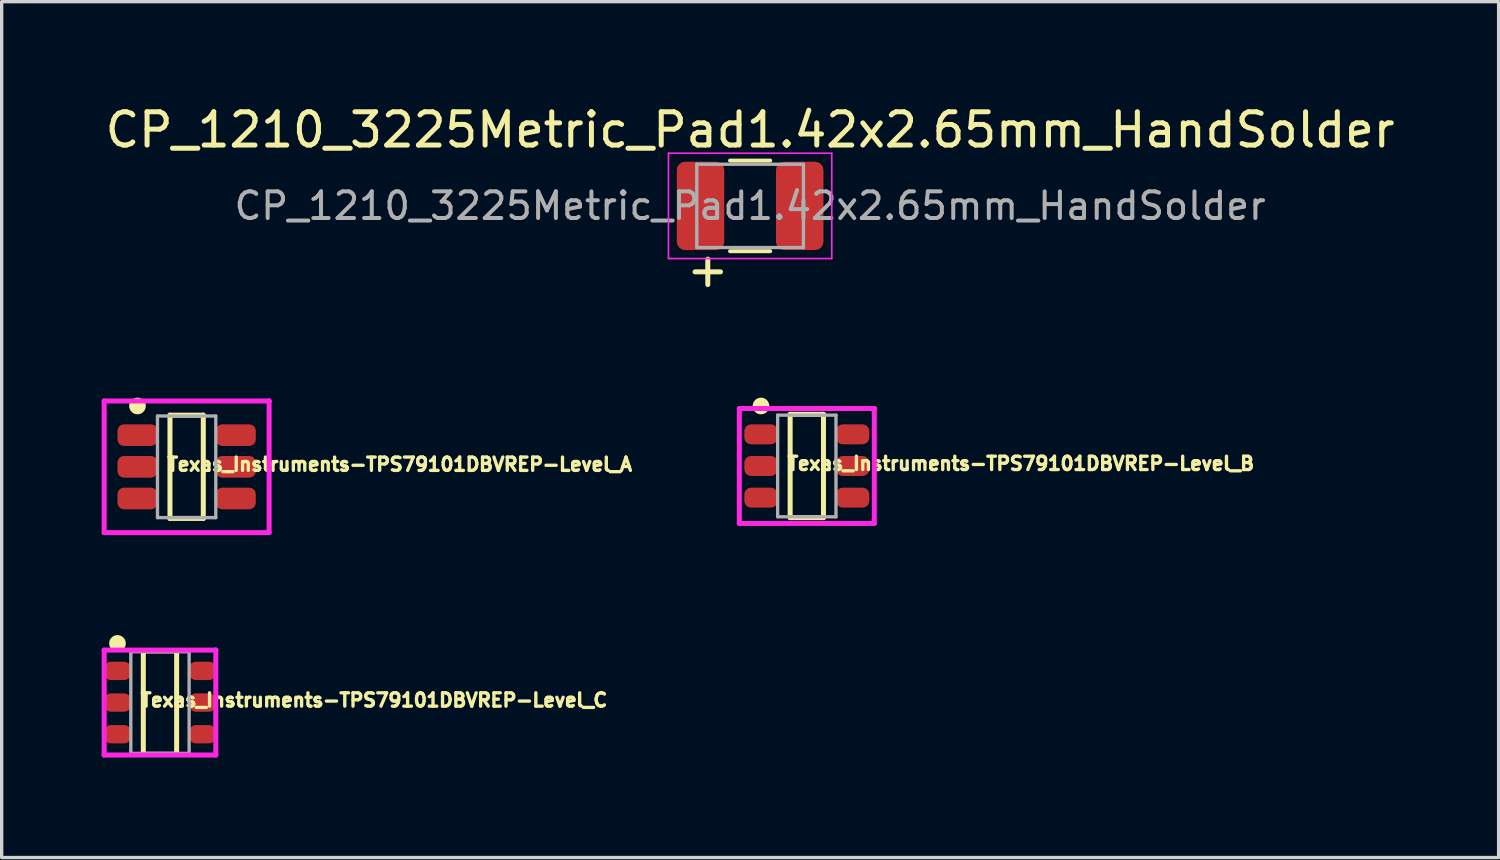
<source format=kicad_pcb>
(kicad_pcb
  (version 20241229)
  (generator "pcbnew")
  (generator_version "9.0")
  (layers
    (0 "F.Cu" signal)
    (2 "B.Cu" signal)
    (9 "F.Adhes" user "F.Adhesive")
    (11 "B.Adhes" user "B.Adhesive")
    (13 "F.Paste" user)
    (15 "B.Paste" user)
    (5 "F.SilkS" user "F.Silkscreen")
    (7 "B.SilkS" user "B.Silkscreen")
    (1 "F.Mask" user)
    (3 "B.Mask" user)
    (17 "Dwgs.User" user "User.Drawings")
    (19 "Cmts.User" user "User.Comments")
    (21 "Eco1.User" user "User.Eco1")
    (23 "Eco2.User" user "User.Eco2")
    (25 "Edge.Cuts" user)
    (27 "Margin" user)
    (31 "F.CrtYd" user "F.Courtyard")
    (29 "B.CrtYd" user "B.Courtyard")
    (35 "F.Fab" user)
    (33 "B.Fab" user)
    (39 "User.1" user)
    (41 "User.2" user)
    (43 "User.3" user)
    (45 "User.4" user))
  (footprint "Texas_Instruments-TPS79101DBVREP-Level_A"
    (layer "F.Cu")
    (at 2.55 10.957)
    (property "Reference" "Texas_Instruments-TPS79101DBVREP-Level_A" (at -0.635 -0.073 0) (layer "F.SilkS") (effects (font (size 0.4 0.4) (thickness 0.15)) (justify left)))
    (attr through_hole)
    (fp_line (start -0.5 -1.55) (end 0.5 -1.55) (stroke (width 0.15) (type solid)) (layer "F.SilkS"))
    (fp_line (start -0.5 1.55) (end -0.5 -1.55) (stroke (width 0.15) (type solid)) (layer "F.SilkS"))
    (fp_line (start -0.5 1.55) (end 0.5 1.55) (stroke (width 0.15) (type solid)) (layer "F.SilkS"))
    (fp_line (start 0.5 1.55) (end 0.5 -1.55) (stroke (width 0.15) (type solid)) (layer "F.SilkS"))
    (fp_circle (center -1.475 -1.825) (end -1.35 -1.825) (stroke (width 0.25) (type solid)) (fill no) (layer "F.SilkS"))
    (fp_line (start -2.475 -1.975) (end -2.475 1.975) (stroke (width 0.15) (type solid)) (layer "F.CrtYd"))
    (fp_line (start -2.475 1.975) (end 2.475 1.975) (stroke (width 0.15) (type solid)) (layer "F.CrtYd"))
    (fp_line (start 2.475 -1.975) (end -2.475 -1.975) (stroke (width 0.15) (type solid)) (layer "F.CrtYd"))
    (fp_line (start 2.475 -1.975) (end 2.475 -1.975) (stroke (width 0.15) (type solid)) (layer "F.CrtYd"))
    (fp_line (start 2.475 1.975) (end 2.475 -1.975) (stroke (width 0.15) (type solid)) (layer "F.CrtYd"))
    (fp_line (start -0.875 -1.525) (end 0.875 -1.525) (stroke (width 0.1) (type solid)) (layer "F.Fab"))
    (fp_line (start -0.875 1.525) (end -0.875 -1.525) (stroke (width 0.1) (type solid)) (layer "F.Fab"))
    (fp_line (start -0.875 1.525) (end 0.875 1.525) (stroke (width 0.1) (type solid)) (layer "F.Fab"))
    (fp_line (start 0.875 1.525) (end 0.875 -1.525) (stroke (width 0.1) (type solid)) (layer "F.Fab"))
    (pad "1" smd roundrect (at -1.475 -0.95 270) (size 0.65 1.2) (layers "F.Cu" "F.Mask" "F.Paste") (roundrect_rratio 0.3))
    (pad "2" smd roundrect (at -1.475 -0.000001 270) (size 0.65 1.2) (layers "F.Cu" "F.Mask" "F.Paste") (roundrect_rratio 0.3))
    (pad "3" smd roundrect (at -1.475 0.95 270) (size 0.65 1.2) (layers "F.Cu" "F.Mask" "F.Paste") (roundrect_rratio 0.3))
    (pad "4" smd roundrect (at 1.475 0.95 270) (size 0.65 1.2) (layers "F.Cu" "F.Mask" "F.Paste") (roundrect_rratio 0.3))
    (pad "5" smd roundrect (at 1.475 -0.000001 270) (size 0.65 1.2) (layers "F.Cu" "F.Mask" "F.Paste") (roundrect_rratio 0.3))
    (pad "6" smd roundrect (at 1.475 -0.95 270) (size 0.65 1.2) (layers "F.Cu" "F.Mask" "F.Paste") (roundrect_rratio 0.3)))
  (footprint "Texas_Instruments-TPS79101DBVREP-Level_C"
    (layer "F.Cu")
    (at 1.75 18.031)
    (property "Reference" "Texas_Instruments-TPS79101DBVREP-Level_C" (at -0.635 -0.073 0) (layer "F.SilkS") (effects (font (size 0.4 0.4) (thickness 0.15)) (justify left)))
    (attr through_hole)
    (fp_line (start -0.5 -1.55) (end 0.5 -1.55) (stroke (width 0.15) (type solid)) (layer "F.SilkS"))
    (fp_line (start -0.5 1.55) (end -0.5 -1.55) (stroke (width 0.15) (type solid)) (layer "F.SilkS"))
    (fp_line (start -0.5 1.55) (end 0.5 1.55) (stroke (width 0.15) (type solid)) (layer "F.SilkS"))
    (fp_line (start 0.5 1.55) (end 0.5 -1.55) (stroke (width 0.15) (type solid)) (layer "F.SilkS"))
    (fp_circle (center -1.275 -1.775) (end -1.15 -1.775) (stroke (width 0.25) (type solid)) (fill no) (layer "F.SilkS"))
    (fp_line (start -1.675 -1.575) (end -1.675 1.575) (stroke (width 0.15) (type solid)) (layer "F.CrtYd"))
    (fp_line (start -1.675 1.575) (end 1.675 1.575) (stroke (width 0.15) (type solid)) (layer "F.CrtYd"))
    (fp_line (start 1.675 -1.575) (end -1.675 -1.575) (stroke (width 0.15) (type solid)) (layer "F.CrtYd"))
    (fp_line (start 1.675 -1.575) (end 1.675 -1.575) (stroke (width 0.15) (type solid)) (layer "F.CrtYd"))
    (fp_line (start 1.675 1.575) (end 1.675 -1.575) (stroke (width 0.15) (type solid)) (layer "F.CrtYd"))
    (fp_line (start -0.875 -1.525) (end 0.875 -1.525) (stroke (width 0.1) (type solid)) (layer "F.Fab"))
    (fp_line (start -0.875 1.525) (end -0.875 -1.525) (stroke (width 0.1) (type solid)) (layer "F.Fab"))
    (fp_line (start -0.875 1.525) (end 0.875 1.525) (stroke (width 0.1) (type solid)) (layer "F.Fab"))
    (fp_line (start 0.875 1.525) (end 0.875 -1.525) (stroke (width 0.1) (type solid)) (layer "F.Fab"))
    (pad "1" smd roundrect (at -1.275 -0.95 270) (size 0.55 0.8) (layers "F.Cu" "F.Mask" "F.Paste") (roundrect_rratio 0.36))
    (pad "2" smd roundrect (at -1.275 -0.000001 270) (size 0.55 0.8) (layers "F.Cu" "F.Mask" "F.Paste") (roundrect_rratio 0.36))
    (pad "3" smd roundrect (at -1.275 0.95 270) (size 0.55 0.8) (layers "F.Cu" "F.Mask" "F.Paste") (roundrect_rratio 0.36))
    (pad "4" smd roundrect (at 1.275 0.95 270) (size 0.55 0.8) (layers "F.Cu" "F.Mask" "F.Paste") (roundrect_rratio 0.36))
    (pad "5" smd roundrect (at 1.275 -0.000001 270) (size 0.55 0.8) (layers "F.Cu" "F.Mask" "F.Paste") (roundrect_rratio 0.36))
    (pad "6" smd roundrect (at 1.275 -0.95 270) (size 0.55 0.8) (layers "F.Cu" "F.Mask" "F.Paste") (roundrect_rratio 0.36)))
  (footprint "Texas_Instruments-TPS79101DBVREP-Level_B"
    (layer "F.Cu")
    (at 21.159 10.932)
    (property "Reference" "Texas_Instruments-TPS79101DBVREP-Level_B" (at -0.635 -0.073 0) (layer "F.SilkS") (effects (font (size 0.4 0.4) (thickness 0.15)) (justify left)))
    (attr through_hole)
    (fp_line (start -0.5 -1.55) (end 0.5 -1.55) (stroke (width 0.15) (type solid)) (layer "F.SilkS"))
    (fp_line (start -0.5 1.55) (end -0.5 -1.55) (stroke (width 0.15) (type solid)) (layer "F.SilkS"))
    (fp_line (start -0.5 1.55) (end 0.5 1.55) (stroke (width 0.15) (type solid)) (layer "F.SilkS"))
    (fp_line (start 0.5 1.55) (end 0.5 -1.55) (stroke (width 0.15) (type solid)) (layer "F.SilkS"))
    (fp_circle (center -1.375 -1.8) (end -1.25 -1.8) (stroke (width 0.25) (type solid)) (fill no) (layer "F.SilkS"))
    (fp_line (start -2.025 -1.725) (end -2.025 1.725) (stroke (width 0.15) (type solid)) (layer "F.CrtYd"))
    (fp_line (start -2.025 1.725) (end 2.025 1.725) (stroke (width 0.15) (type solid)) (layer "F.CrtYd"))
    (fp_line (start 2.025 -1.725) (end -2.025 -1.725) (stroke (width 0.15) (type solid)) (layer "F.CrtYd"))
    (fp_line (start 2.025 -1.725) (end 2.025 -1.725) (stroke (width 0.15) (type solid)) (layer "F.CrtYd"))
    (fp_line (start 2.025 1.725) (end 2.025 -1.725) (stroke (width 0.15) (type solid)) (layer "F.CrtYd"))
    (fp_line (start -0.875 -1.525) (end 0.875 -1.525) (stroke (width 0.1) (type solid)) (layer "F.Fab"))
    (fp_line (start -0.875 1.525) (end -0.875 -1.525) (stroke (width 0.1) (type solid)) (layer "F.Fab"))
    (fp_line (start -0.875 1.525) (end 0.875 1.525) (stroke (width 0.1) (type solid)) (layer "F.Fab"))
    (fp_line (start 0.875 1.525) (end 0.875 -1.525) (stroke (width 0.1) (type solid)) (layer "F.Fab"))
    (pad "1" smd roundrect (at -1.375 -0.95 270) (size 0.6 1) (layers "F.Cu" "F.Mask" "F.Paste") (roundrect_rratio 0.34))
    (pad "2" smd roundrect (at -1.375 -0.000001 270) (size 0.6 1) (layers "F.Cu" "F.Mask" "F.Paste") (roundrect_rratio 0.34))
    (pad "3" smd roundrect (at -1.375 0.95 270) (size 0.6 1) (layers "F.Cu" "F.Mask" "F.Paste") (roundrect_rratio 0.34))
    (pad "4" smd roundrect (at 1.375 0.95 270) (size 0.6 1) (layers "F.Cu" "F.Mask" "F.Paste") (roundrect_rratio 0.34))
    (pad "5" smd roundrect (at 1.375 -0.000001 270) (size 0.6 1) (layers "F.Cu" "F.Mask" "F.Paste") (roundrect_rratio 0.34))
    (pad "6" smd roundrect (at 1.375 -0.95 270) (size 0.6 1) (layers "F.Cu" "F.Mask" "F.Paste") (roundrect_rratio 0.34)))
  (footprint "CP_1210_3225Metric_Pad1.42x2.65mm_HandSolder"
    (layer "F.Cu")
    (at 19.458 3.128)
    (property "Reference" "CP_1210_3225Metric_Pad1.42x2.65mm_HandSolder" (at 0 -2.28 0) (layer "F.SilkS") (effects (font (size 1 1) (thickness 0.15))))
    (attr smd)
    (fp_line (start -0.602 -1.36) (end 0.602 -1.36) (stroke (width 0.12) (type solid)) (layer "F.SilkS"))
    (fp_line (start -0.602 1.36) (end 0.602 1.36) (stroke (width 0.12) (type solid)) (layer "F.SilkS"))
    (fp_line (start -2.45 -1.58) (end 2.45 -1.58) (stroke (width 0.05) (type solid)) (layer "F.CrtYd"))
    (fp_line (start -2.45 1.58) (end -2.45 -1.58) (stroke (width 0.05) (type solid)) (layer "F.CrtYd"))
    (fp_line (start 2.45 -1.58) (end 2.45 1.58) (stroke (width 0.05) (type solid)) (layer "F.CrtYd"))
    (fp_line (start 2.45 1.58) (end -2.45 1.58) (stroke (width 0.05) (type solid)) (layer "F.CrtYd"))
    (fp_line (start -1.6 -1.25) (end 1.6 -1.25) (stroke (width 0.1) (type solid)) (layer "F.Fab"))
    (fp_line (start -1.6 1.25) (end -1.6 -1.25) (stroke (width 0.1) (type solid)) (layer "F.Fab"))
    (fp_line (start 1.6 -1.25) (end 1.6 1.25) (stroke (width 0.1) (type solid)) (layer "F.Fab"))
    (fp_line (start 1.6 1.25) (end -1.6 1.25) (stroke (width 0.1) (type solid)) (layer "F.Fab"))
    (fp_text user "+" (at -1.27 1.905 0) (layer "F.SilkS") (effects (font (size 1 1) (thickness 0.15))))
    (fp_text user "${REFERENCE}" (at 0 0 0) (layer "F.Fab") (effects (font (size 0.8 0.8) (thickness 0.12))))
    (pad "1" smd roundrect (at -1.488 0) (size 1.425 2.65) (layers "F.Cu" "F.Mask" "F.Paste") (roundrect_rratio 0.175))
    (pad "2" smd roundrect (at 1.488 0) (size 1.425 2.65) (layers "F.Cu" "F.Mask" "F.Paste") (roundrect_rratio 0.175)))
  (gr_rect
    (start -3 -3)
    (end 41.917 22.681)
    (stroke (width 0.1) (type default))
    (fill no)
    (layer "Edge.Cuts")))
</source>
